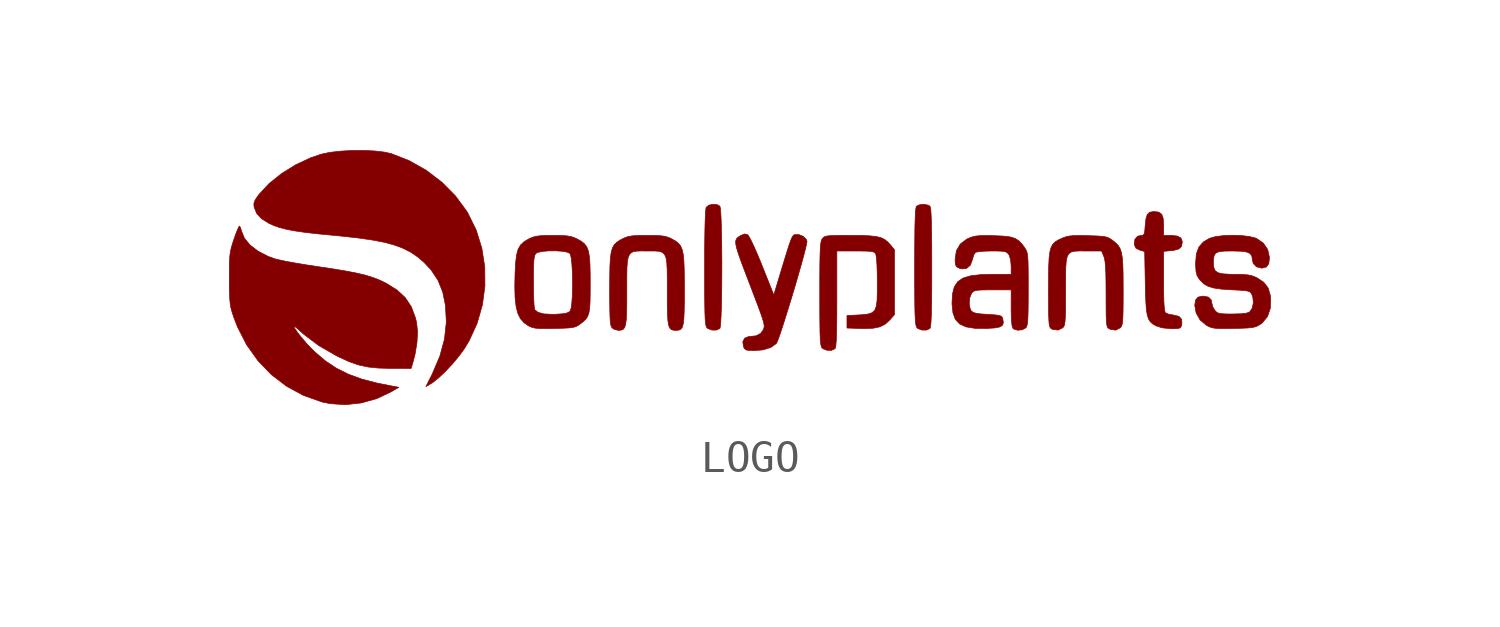
<source format=kicad_sym>
(kicad_symbol_lib
  (version 20210619)
  (generator bitmap2component)
  (symbol "LOGO"
    (pin_names
      (offset 1.016))
    (property "Reference" "#G"
      (at 0 5.318 0)
      (effects (font (size 1.27 1.27)) hide))
    (symbol "LOGO_0_0"
      (polyline (pts (xy -12.532 -3.853) (xy -12.039 -3.715) (xy -11.578 -3.496) (xy -11.336 -3.353) (xy -11.559 -3.313) (xy -12.031 -3.219) (xy -12.524 -3.09) (xy -12.949 -2.935) (xy -13.324 -2.747) (xy -13.668 -2.519) (xy -13.996 -2.243) (xy -14.13 -2.112) (xy -14.289 -1.942) (xy -14.439 -1.767) (xy -14.565 -1.607) (xy -14.652 -1.481) (xy -14.684 -1.406) (xy -14.669 -1.406) (xy -14.602 -1.454) (xy -14.498 -1.546) (xy -14.361 -1.669) (xy -13.884 -2.027) (xy -13.32 -2.351) (xy -13.244 -2.389) (xy -12.917 -2.538) (xy -12.619 -2.642) (xy -12.32 -2.707) (xy -11.986 -2.741) (xy -11.586 -2.752) (xy -10.944 -2.753) (xy -10.878 -2.53) (xy -10.818 -2.298) (xy -10.758 -1.93) (xy -10.74 -1.587) (xy -10.768 -1.3) (xy -10.806 -1.14) (xy -10.937 -0.789) (xy -11.128 -0.499) (xy -11.393 -0.253) (xy -11.744 -0.035) (xy -11.798 -0.008) (xy -11.988 0.081) (xy -12.193 0.157) (xy -12.426 0.227) (xy -12.701 0.291) (xy -13.033 0.355) (xy -13.435 0.422) (xy -13.922 0.494) (xy -13.984 0.503) (xy -14.318 0.555) (xy -14.636 0.608) (xy -14.917 0.659) (xy -15.141 0.706) (xy -15.287 0.742) (xy -15.505 0.821) (xy -15.822 0.984) (xy -16.077 1.18) (xy -16.258 1.398) (xy -16.352 1.629) (xy -16.354 1.639) (xy -16.386 1.743) (xy -16.418 1.786) (xy -16.43 1.774) (xy -16.472 1.689) (xy -16.531 1.541) (xy -16.598 1.352) (xy -16.631 1.252) (xy -16.676 1.102) (xy -16.707 0.965) (xy -16.726 0.819) (xy -16.736 0.64) (xy -16.74 0.408) (xy -16.74 0.099) (xy -16.74 -0.027) (xy -16.736 -0.307) (xy -16.728 -0.519) (xy -16.713 -0.683) (xy -16.689 -0.823) (xy -16.652 -0.96) (xy -16.601 -1.116) (xy -16.482 -1.425) (xy -16.19 -1.996) (xy -15.827 -2.507) (xy -15.399 -2.951) (xy -14.913 -3.322) (xy -14.375 -3.614) (xy -13.791 -3.821) (xy -13.533 -3.875) (xy -13.037 -3.908) (xy -12.532 -3.853)) (stroke (width 0.01)) (fill (type outline)))
      (polyline (pts (xy -10.316 -3.241) (xy -10.242 -3.193) (xy -10.055 -3.041) (xy -9.843 -2.838) (xy -9.625 -2.605) (xy -9.423 -2.365) (xy -9.256 -2.138) (xy -9.092 -1.867) (xy -8.839 -1.312) (xy -8.672 -0.728) (xy -8.591 -0.126) (xy -8.596 0.48) (xy -8.689 1.079) (xy -8.868 1.656) (xy -9.135 2.201) (xy -9.173 2.262) (xy -9.531 2.748) (xy -9.965 3.186) (xy -10.461 3.564) (xy -11.006 3.872) (xy -11.584 4.098) (xy -11.797 4.145) (xy -12.107 4.181) (xy -12.464 4.197) (xy -12.84 4.195) (xy -13.209 4.174) (xy -13.542 4.135) (xy -13.813 4.077) (xy -14.153 3.961) (xy -14.63 3.737) (xy -15.078 3.458) (xy -15.474 3.139) (xy -15.794 2.796) (xy -15.826 2.753) (xy -15.919 2.615) (xy -15.957 2.509) (xy -15.952 2.406) (xy -15.948 2.387) (xy -15.868 2.188) (xy -15.715 2.021) (xy -15.476 1.873) (xy -15.319 1.802) (xy -15.132 1.737) (xy -14.912 1.681) (xy -14.646 1.631) (xy -14.319 1.584) (xy -13.92 1.538) (xy -13.435 1.492) (xy -13.185 1.468) (xy -12.646 1.409) (xy -12.189 1.343) (xy -11.803 1.269) (xy -11.477 1.181) (xy -11.199 1.077) (xy -10.957 0.953) (xy -10.74 0.806) (xy -10.536 0.632) (xy -10.31 0.392) (xy -10.089 0.061) (xy -9.938 -0.312) (xy -9.85 -0.74) (xy -9.823 -1.237) (xy -9.823 -1.282) (xy -9.879 -1.812) (xy -10.029 -2.364) (xy -10.272 -2.933) (xy -10.473 -3.333) (xy -10.316 -3.241)) (stroke (width 0.01)) (fill (type outline)))
      (polyline (pts (xy 0.275 -2.161) (xy 0.526 -2.083) (xy 0.701 -1.954) (xy 0.714 -1.933) (xy 0.759 -1.823) (xy 0.825 -1.638) (xy 0.907 -1.393) (xy 1 -1.1) (xy 1.101 -0.775) (xy 1.206 -0.432) (xy 1.31 -0.084) (xy 1.408 0.255) (xy 1.498 0.569) (xy 1.573 0.845) (xy 1.631 1.07) (xy 1.667 1.228) (xy 1.677 1.306) (xy 1.652 1.368) (xy 1.554 1.459) (xy 1.42 1.514) (xy 1.29 1.513) (xy 1.278 1.509) (xy 1.251 1.496) (xy 1.225 1.469) (xy 1.196 1.419) (xy 1.161 1.336) (xy 1.115 1.208) (xy 1.056 1.027) (xy 0.98 0.781) (xy 0.882 0.461) (xy 0.76 0.056) (xy 0.619 -0.41) (xy 0.247 0.522) (xy 0.227 0.573) (xy 0.11 0.856) (xy 0.000400 1.106) (xy -0.094 1.307) (xy -0.167 1.446) (xy -0.211 1.508) (xy -0.217 1.511) (xy -0.311 1.535) (xy -0.43 1.488) (xy -0.47 1.465) (xy -0.533 1.423) (xy -0.576 1.373) (xy -0.597 1.307) (xy -0.594 1.212) (xy -0.565 1.078) (xy -0.508 0.895) (xy -0.421 0.651) (xy -0.303 0.336) (xy -0.151 -0.06) (xy -0.005 -0.444) (xy 0.11 -0.747) (xy 0.196 -0.98) (xy 0.255 -1.154) (xy 0.292 -1.28) (xy 0.31 -1.369) (xy 0.311 -1.432) (xy 0.3 -1.481) (xy 0.279 -1.527) (xy 0.198 -1.636) (xy 0.054 -1.712) (xy -0.16 -1.736) (xy -0.187 -1.737) (xy -0.311 -1.789) (xy -0.369 -1.902) (xy -0.348 -2.055) (xy -0.318 -2.12) (xy -0.265 -2.162) (xy -0.168 -2.179) (xy 0.000400 -2.183) (xy 0.275 -2.161)) (stroke (width 0.01)) (fill (type outline)))
      (polyline (pts (xy 2.57 -2.123) (xy 2.58 -2.106) (xy 2.596 -2.028) (xy 2.609 -1.886) (xy 2.618 -1.672) (xy 2.624 -1.381) (xy 2.628 -1.004) (xy 2.629 -0.536) (xy 2.629 0.992) (xy 3.223 0.992) (xy 3.323 0.992) (xy 3.546 0.989) (xy 3.694 0.981) (xy 3.785 0.965) (xy 3.837 0.937) (xy 3.868 0.896) (xy 3.877 0.866) (xy 3.894 0.739) (xy 3.908 0.538) (xy 3.916 0.28) (xy 3.919 -0.018) (xy 3.918 -0.327) (xy 3.911 -0.587) (xy 3.886 -0.773) (xy 3.837 -0.898) (xy 3.752 -0.976) (xy 3.624 -1.019) (xy 3.443 -1.04) (xy 3.2 -1.054) (xy 2.952 -1.067) (xy 2.952 -1.464) (xy 3.373 -1.479) (xy 3.503 -1.482) (xy 3.786 -1.471) (xy 4.002 -1.426) (xy 4.17 -1.342) (xy 4.311 -1.213) (xy 4.465 -1.038) (xy 4.465 1.034) (xy 4.331 1.194) (xy 4.255 1.276) (xy 4.157 1.357) (xy 4.039 1.414) (xy 3.886 1.452) (xy 3.681 1.475) (xy 3.41 1.486) (xy 3.055 1.488) (xy 2.816 1.488) (xy 2.579 1.486) (xy 2.413 1.48) (xy 2.304 1.468) (xy 2.236 1.448) (xy 2.194 1.419) (xy 2.161 1.378) (xy 2.152 1.365) (xy 2.133 1.315) (xy 2.117 1.237) (xy 2.105 1.122) (xy 2.096 0.959) (xy 2.09 0.737) (xy 2.086 0.447) (xy 2.084 0.078) (xy 2.084 -0.38) (xy 2.084 -0.636) (xy 2.085 -1.042) (xy 2.088 -1.364) (xy 2.092 -1.613) (xy 2.099 -1.798) (xy 2.109 -1.929) (xy 2.123 -2.018) (xy 2.14 -2.073) (xy 2.162 -2.105) (xy 2.186 -2.125) (xy 2.314 -2.174) (xy 2.459 -2.175) (xy 2.57 -2.123)) (stroke (width 0.01)) (fill (type outline)))
      (polyline (pts (xy -2.464 -1.537) (xy -2.391 -1.527) (xy -2.335 -1.495) (xy -2.294 -1.43) (xy -2.266 -1.322) (xy -2.248 -1.159) (xy -2.238 -0.931) (xy -2.233 -0.625) (xy -2.232 -0.231) (xy -2.233 0.048) (xy -2.237 0.401) (xy -2.248 0.675) (xy -2.269 0.884) (xy -2.303 1.039) (xy -2.353 1.153) (xy -2.422 1.239) (xy -2.513 1.309) (xy -2.63 1.375) (xy -2.733 1.424) (xy -2.842 1.457) (xy -2.977 1.477) (xy -3.162 1.486) (xy -3.423 1.488) (xy -3.678 1.486) (xy -3.865 1.477) (xy -4.001 1.458) (xy -4.11 1.425) (xy -4.216 1.375) (xy -4.296 1.332) (xy -4.395 1.264) (xy -4.472 1.185) (xy -4.528 1.083) (xy -4.567 0.943) (xy -4.592 0.754) (xy -4.606 0.504) (xy -4.612 0.18) (xy -4.614 -0.231) (xy -4.613 -0.589) (xy -4.61 -0.882) (xy -4.604 -1.1) (xy -4.595 -1.254) (xy -4.58 -1.357) (xy -4.561 -1.422) (xy -4.536 -1.46) (xy -4.468 -1.506) (xy -4.341 -1.538) (xy -4.327 -1.538) (xy -4.245 -1.531) (xy -4.183 -1.505) (xy -4.137 -1.448) (xy -4.106 -1.349) (xy -4.085 -1.197) (xy -4.074 -0.98) (xy -4.069 -0.686) (xy -4.068 -0.305) (xy -4.068 -0.185) (xy -4.068 0.181) (xy -4.063 0.462) (xy -4.047 0.67) (xy -4.016 0.815) (xy -3.962 0.908) (xy -3.882 0.962) (xy -3.769 0.986) (xy -3.618 0.993) (xy -3.423 0.992) (xy -3.363 0.992) (xy -3.181 0.992) (xy -3.042 0.982) (xy -2.938 0.95) (xy -2.866 0.887) (xy -2.82 0.78) (xy -2.793 0.618) (xy -2.781 0.391) (xy -2.778 0.087) (xy -2.778 -0.305) (xy -2.778 -0.369) (xy -2.777 -0.737) (xy -2.771 -1.018) (xy -2.758 -1.224) (xy -2.736 -1.368) (xy -2.703 -1.459) (xy -2.655 -1.51) (xy -2.59 -1.533) (xy -2.505 -1.538) (xy -2.464 -1.537)) (stroke (width 0.01)) (fill (type outline)))
      (polyline (pts (xy -1.101 -1.478) (xy -1.087 -1.43) (xy -1.073 -1.292) (xy -1.062 -1.079) (xy -1.052 -0.805) (xy -1.045 -0.484) (xy -1.04 -0.128) (xy -1.038 0.249) (xy -1.037 0.634) (xy -1.04 1.013) (xy -1.044 1.373) (xy -1.051 1.701) (xy -1.06 1.983) (xy -1.071 2.206) (xy -1.085 2.356) (xy -1.101 2.421) (xy -1.181 2.466) (xy -1.317 2.481) (xy -1.451 2.453) (xy -1.536 2.385) (xy -1.54 2.376) (xy -1.554 2.277) (xy -1.565 2.083) (xy -1.575 1.8) (xy -1.582 1.431) (xy -1.586 0.981) (xy -1.587 0.453) (xy -1.587 0.418) (xy -1.587 -0.058) (xy -1.585 -0.445) (xy -1.582 -0.752) (xy -1.577 -0.989) (xy -1.57 -1.166) (xy -1.56 -1.292) (xy -1.547 -1.377) (xy -1.53 -1.429) (xy -1.51 -1.46) (xy -1.485 -1.48) (xy -1.357 -1.529) (xy -1.212 -1.53) (xy -1.101 -1.478)) (stroke (width 0.01)) (fill (type outline)))
      (polyline (pts (xy 5.596 -1.478) (xy 5.603 -1.468) (xy 5.618 -1.402) (xy 5.63 -1.277) (xy 5.64 -1.086) (xy 5.647 -0.822) (xy 5.652 -0.479) (xy 5.655 -0.05) (xy 5.655 0.471) (xy 5.655 0.685) (xy 5.654 1.17) (xy 5.65 1.565) (xy 5.644 1.876) (xy 5.636 2.111) (xy 5.626 2.276) (xy 5.612 2.377) (xy 5.596 2.421) (xy 5.546 2.452) (xy 5.414 2.478) (xy 5.271 2.467) (xy 5.169 2.421) (xy 5.163 2.412) (xy 5.148 2.348) (xy 5.135 2.226) (xy 5.126 2.037) (xy 5.118 1.776) (xy 5.114 1.435) (xy 5.111 1.009) (xy 5.11 0.49) (xy 5.11 0.402) (xy 5.11 -0.069) (xy 5.112 -0.453) (xy 5.115 -0.757) (xy 5.12 -0.993) (xy 5.128 -1.168) (xy 5.138 -1.293) (xy 5.151 -1.377) (xy 5.168 -1.43) (xy 5.188 -1.46) (xy 5.212 -1.48) (xy 5.34 -1.529) (xy 5.485 -1.53) (xy 5.596 -1.478)) (stroke (width 0.01)) (fill (type outline)))
      (polyline (pts (xy 8.537 -1.521) (xy 8.653 -1.46) (xy 8.678 -1.424) (xy 8.697 -1.361) (xy 8.712 -1.259) (xy 8.721 -1.107) (xy 8.727 -0.893) (xy 8.73 -0.604) (xy 8.731 -0.227) (xy 8.731 -0.206) (xy 8.731 0.158) (xy 8.729 0.437) (xy 8.724 0.644) (xy 8.716 0.795) (xy 8.702 0.901) (xy 8.682 0.977) (xy 8.655 1.036) (xy 8.62 1.092) (xy 8.539 1.204) (xy 8.431 1.318) (xy 8.309 1.394) (xy 8.15 1.441) (xy 7.934 1.467) (xy 7.64 1.48) (xy 7.407 1.485) (xy 7.206 1.482) (xy 7.059 1.468) (xy 6.94 1.44) (xy 6.827 1.397) (xy 6.766 1.367) (xy 6.562 1.211) (xy 6.44 0.999) (xy 6.4 0.731) (xy 6.4 0.672) (xy 6.412 0.55) (xy 6.453 0.484) (xy 6.536 0.441) (xy 6.612 0.42) (xy 6.767 0.437) (xy 6.885 0.538) (xy 6.95 0.714) (xy 6.956 0.744) (xy 6.998 0.873) (xy 7.05 0.947) (xy 7.075 0.956) (xy 7.191 0.974) (xy 7.366 0.987) (xy 7.575 0.992) (xy 7.741 0.991) (xy 7.902 0.984) (xy 8.002 0.967) (xy 8.063 0.934) (xy 8.108 0.882) (xy 8.124 0.856) (xy 8.169 0.707) (xy 8.186 0.51) (xy 8.186 0.248) (xy 7.553 0.247) (xy 7.2 0.237) (xy 6.886 0.199) (xy 6.649 0.127) (xy 6.483 0.013) (xy 6.375 -0.149) (xy 6.318 -0.366) (xy 6.301 -0.645) (xy 6.302 -0.711) (xy 6.331 -0.984) (xy 6.409 -1.19) (xy 6.544 -1.336) (xy 6.747 -1.428) (xy 7.024 -1.473) (xy 7.387 -1.478) (xy 7.41 -1.477) (xy 7.656 -1.462) (xy 7.818 -1.432) (xy 7.907 -1.38) (xy 7.937 -1.298) (xy 7.921 -1.18) (xy 7.92 -1.179) (xy 7.9 -1.121) (xy 7.862 -1.083) (xy 7.784 -1.059) (xy 7.648 -1.043) (xy 7.433 -1.03) (xy 7.215 -1.014) (xy 7.06 -0.992) (xy 6.965 -0.96) (xy 6.912 -0.914) (xy 6.88 -0.853) (xy 6.849 -0.688) (xy 6.864 -0.506) (xy 6.923 -0.358) (xy 6.946 -0.329) (xy 6.99 -0.292) (xy 7.058 -0.268) (xy 7.168 -0.255) (xy 7.341 -0.249) (xy 7.593 -0.248) (xy 8.186 -0.248) (xy 8.186 -0.833) (xy 8.186 -0.929) (xy 8.195 -1.21) (xy 8.214 -1.393) (xy 8.245 -1.478) (xy 8.268 -1.496) (xy 8.392 -1.534) (xy 8.537 -1.521)) (stroke (width 0.01)) (fill (type outline)))
      (polyline (pts (xy 11.667 -1.456) (xy 11.68 -1.443) (xy 11.706 -1.404) (xy 11.726 -1.343) (xy 11.74 -1.248) (xy 11.749 -1.105) (xy 11.754 -0.902) (xy 11.757 -0.626) (xy 11.758 -0.264) (xy 11.757 -0.118) (xy 11.755 0.255) (xy 11.747 0.545) (xy 11.731 0.767) (xy 11.704 0.935) (xy 11.663 1.061) (xy 11.606 1.158) (xy 11.53 1.24) (xy 11.432 1.321) (xy 11.367 1.368) (xy 11.289 1.413) (xy 11.198 1.443) (xy 11.074 1.461) (xy 10.894 1.472) (xy 10.637 1.48) (xy 10.371 1.485) (xy 10.175 1.482) (xy 10.03 1.467) (xy 9.914 1.44) (xy 9.803 1.396) (xy 9.685 1.341) (xy 9.587 1.28) (xy 9.512 1.204) (xy 9.458 1.102) (xy 9.42 0.961) (xy 9.396 0.769) (xy 9.383 0.514) (xy 9.378 0.184) (xy 9.376 -0.233) (xy 9.377 -0.503) (xy 9.378 -0.82) (xy 9.382 -1.058) (xy 9.389 -1.229) (xy 9.399 -1.345) (xy 9.415 -1.419) (xy 9.436 -1.461) (xy 9.463 -1.484) (xy 9.517 -1.51) (xy 9.683 -1.53) (xy 9.831 -1.456) (xy 9.84 -1.448) (xy 9.868 -1.41) (xy 9.889 -1.352) (xy 9.903 -1.261) (xy 9.913 -1.124) (xy 9.919 -0.927) (xy 9.921 -0.657) (xy 9.922 -0.301) (xy 9.922 -0.185) (xy 9.922 0.181) (xy 9.927 0.463) (xy 9.943 0.67) (xy 9.974 0.815) (xy 10.028 0.909) (xy 10.109 0.962) (xy 10.223 0.986) (xy 10.375 0.993) (xy 10.572 0.992) (xy 11.068 0.992) (xy 11.14 0.82) (xy 11.156 0.775) (xy 11.178 0.664) (xy 11.194 0.505) (xy 11.204 0.284) (xy 11.21 -0.011) (xy 11.212 -0.394) (xy 11.212 -0.555) (xy 11.213 -0.864) (xy 11.216 -1.093) (xy 11.223 -1.254) (xy 11.235 -1.361) (xy 11.252 -1.426) (xy 11.276 -1.464) (xy 11.308 -1.486) (xy 11.358 -1.51) (xy 11.521 -1.531) (xy 11.667 -1.456)) (stroke (width 0.01)) (fill (type outline)))
      (polyline (pts (xy -6.371 -1.478) (xy -6.11 -1.471) (xy -5.92 -1.462) (xy -5.788 -1.446) (xy -5.695 -1.421) (xy -5.619 -1.382) (xy -5.54 -1.325) (xy -5.458 -1.261) (xy -5.377 -1.184) (xy -5.319 -1.1) (xy -5.279 -0.992) (xy -5.253 -0.846) (xy -5.24 -0.646) (xy -5.235 -0.377) (xy -5.234 -0.025) (xy -5.235 0.252) (xy -5.242 0.569) (xy -5.26 0.81) (xy -5.293 0.99) (xy -5.344 1.123) (xy -5.419 1.222) (xy -5.521 1.302) (xy -5.655 1.377) (xy -5.734 1.414) (xy -5.848 1.452) (xy -5.984 1.475) (xy -6.168 1.486) (xy -6.424 1.488) (xy -6.609 1.487) (xy -6.813 1.479) (xy -6.961 1.461) (xy -7.08 1.428) (xy -7.194 1.377) (xy -7.341 1.29) (xy -7.452 1.187) (xy -7.53 1.054) (xy -7.581 0.872) (xy -7.612 0.625) (xy -7.63 0.297) (xy -7.636 0.009) (xy -7.044 0.009) (xy -7.043 0.233) (xy -7.04 0.489) (xy -7.032 0.671) (xy -7.017 0.793) (xy -6.996 0.869) (xy -6.966 0.914) (xy -6.902 0.948) (xy -6.753 0.979) (xy -6.557 0.996) (xy -6.342 0.997) (xy -6.139 0.984) (xy -5.976 0.957) (xy -5.882 0.914) (xy -5.868 0.889) (xy -5.84 0.771) (xy -5.819 0.585) (xy -5.805 0.35) (xy -5.798 0.087) (xy -5.798 -0.182) (xy -5.805 -0.438) (xy -5.82 -0.659) (xy -5.842 -0.826) (xy -5.871 -0.916) (xy -5.903 -0.949) (xy -5.983 -0.987) (xy -6.118 -1.011) (xy -6.33 -1.025) (xy -6.439 -1.028) (xy -6.713 -1.014) (xy -6.899 -0.964) (xy -7.005 -0.878) (xy -7.014 -0.84) (xy -7.026 -0.713) (xy -7.035 -0.517) (xy -7.041 -0.271) (xy -7.044 0.009) (xy -7.636 0.009) (xy -7.639 -0.128) (xy -7.63 -0.489) (xy -7.598 -0.775) (xy -7.542 -0.997) (xy -7.458 -1.167) (xy -7.343 -1.297) (xy -7.193 -1.399) (xy -7.175 -1.408) (xy -7.088 -1.444) (xy -6.986 -1.468) (xy -6.845 -1.48) (xy -6.647 -1.482) (xy -6.371 -1.478)) (stroke (width 0.01)) (fill (type outline)))
      (polyline (pts (xy 13.464 -1.484) (xy 13.555 -1.468) (xy 13.6 -1.429) (xy 13.624 -1.357) (xy 13.629 -1.336) (xy 13.624 -1.188) (xy 13.537 -1.093) (xy 13.365 -1.05) (xy 13.335 -1.047) (xy 13.198 -1.02) (xy 13.11 -0.982) (xy 13.104 -0.977) (xy 13.082 -0.917) (xy 13.066 -0.796) (xy 13.055 -0.606) (xy 13.049 -0.335) (xy 13.047 0.025) (xy 13.047 0.98) (xy 13.301 1.004) (xy 13.375 1.013) (xy 13.533 1.057) (xy 13.617 1.137) (xy 13.642 1.268) (xy 13.641 1.297) (xy 13.597 1.408) (xy 13.482 1.469) (xy 13.285 1.488) (xy 13.047 1.488) (xy 13.047 1.805) (xy 13.047 1.823) (xy 13.033 2.033) (xy 12.985 2.164) (xy 12.893 2.23) (xy 12.745 2.249) (xy 12.719 2.249) (xy 12.602 2.226) (xy 12.527 2.157) (xy 12.484 2.025) (xy 12.461 1.811) (xy 12.46 1.803) (xy 12.446 1.632) (xy 12.426 1.538) (xy 12.389 1.497) (xy 12.328 1.488) (xy 12.218 1.463) (xy 12.131 1.364) (xy 12.114 1.206) (xy 12.118 1.175) (xy 12.168 1.078) (xy 12.287 1.02) (xy 12.443 0.974) (xy 12.462 -0.021) (xy 12.469 -0.334) (xy 12.481 -0.644) (xy 12.498 -0.879) (xy 12.526 -1.052) (xy 12.566 -1.176) (xy 12.623 -1.265) (xy 12.698 -1.332) (xy 12.796 -1.391) (xy 12.99 -1.457) (xy 13.282 -1.486) (xy 13.302 -1.486) (xy 13.464 -1.484)) (stroke (width 0.01)) (fill (type outline)))
      (polyline (pts (xy 15.284 -1.477) (xy 15.52 -1.472) (xy 15.727 -1.463) (xy 15.873 -1.448) (xy 15.976 -1.425) (xy 16.059 -1.39) (xy 16.139 -1.339) (xy 16.197 -1.296) (xy 16.36 -1.096) (xy 16.449 -0.835) (xy 16.46 -0.52) (xy 16.448 -0.421) (xy 16.378 -0.186) (xy 16.242 -0.008) (xy 16.023 0.137) (xy 15.99 0.153) (xy 15.868 0.201) (xy 15.734 0.23) (xy 15.557 0.244) (xy 15.31 0.248) (xy 15.176 0.249) (xy 14.942 0.263) (xy 14.786 0.297) (xy 14.692 0.361) (xy 14.647 0.461) (xy 14.635 0.606) (xy 14.637 0.71) (xy 14.655 0.84) (xy 14.707 0.922) (xy 14.809 0.968) (xy 14.977 0.988) (xy 15.228 0.992) (xy 15.246 0.992) (xy 15.51 0.985) (xy 15.691 0.96) (xy 15.803 0.911) (xy 15.859 0.833) (xy 15.875 0.719) (xy 15.904 0.596) (xy 16.008 0.487) (xy 16.166 0.447) (xy 16.193 0.447) (xy 16.326 0.484) (xy 16.399 0.586) (xy 16.421 0.766) (xy 16.42 0.792) (xy 16.365 1.039) (xy 16.225 1.244) (xy 16.01 1.391) (xy 15.982 1.403) (xy 15.78 1.454) (xy 15.519 1.484) (xy 15.23 1.493) (xy 14.944 1.481) (xy 14.692 1.448) (xy 14.506 1.394) (xy 14.314 1.28) (xy 14.171 1.118) (xy 14.091 0.9) (xy 14.067 0.611) (xy 14.068 0.525) (xy 14.08 0.342) (xy 14.112 0.214) (xy 14.17 0.113) (xy 14.21 0.063) (xy 14.325 -0.052) (xy 14.462 -0.133) (xy 14.641 -0.188) (xy 14.881 -0.223) (xy 15.2 -0.244) (xy 15.204 -0.245) (xy 15.455 -0.257) (xy 15.625 -0.27) (xy 15.733 -0.287) (xy 15.797 -0.314) (xy 15.836 -0.354) (xy 15.867 -0.413) (xy 15.891 -0.478) (xy 15.908 -0.655) (xy 15.873 -0.827) (xy 15.792 -0.95) (xy 15.697 -0.988) (xy 15.516 -1.01) (xy 15.243 -1.017) (xy 15.049 -1.016) (xy 14.894 -1.008) (xy 14.796 -0.989) (xy 14.732 -0.955) (xy 14.68 -0.9) (xy 14.616 -0.792) (xy 14.585 -0.674) (xy 14.568 -0.574) (xy 14.478 -0.479) (xy 14.312 -0.447) (xy 14.299 -0.447) (xy 14.147 -0.478) (xy 14.065 -0.572) (xy 14.04 -0.742) (xy 14.084 -0.986) (xy 14.212 -1.21) (xy 14.412 -1.377) (xy 14.485 -1.416) (xy 14.57 -1.45) (xy 14.672 -1.47) (xy 14.811 -1.48) (xy 15.008 -1.481) (xy 15.284 -1.477)) (stroke (width 0.01)) (fill (type outline))))))
</source>
